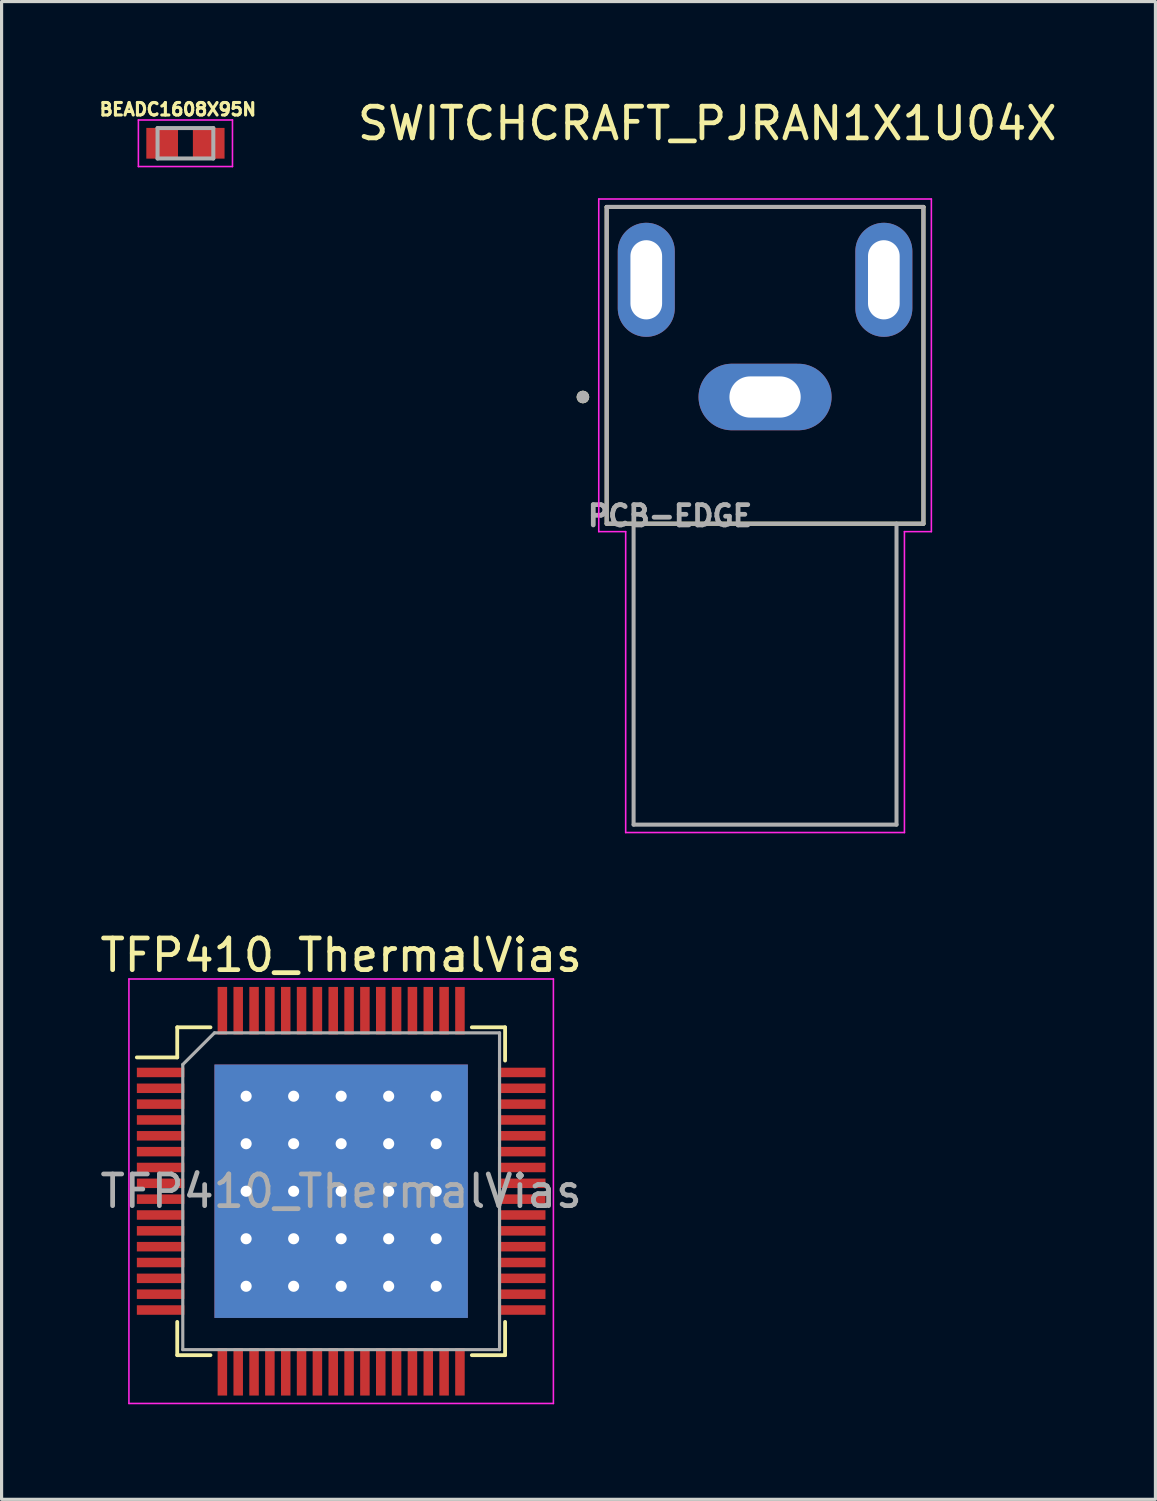
<source format=kicad_pcb>
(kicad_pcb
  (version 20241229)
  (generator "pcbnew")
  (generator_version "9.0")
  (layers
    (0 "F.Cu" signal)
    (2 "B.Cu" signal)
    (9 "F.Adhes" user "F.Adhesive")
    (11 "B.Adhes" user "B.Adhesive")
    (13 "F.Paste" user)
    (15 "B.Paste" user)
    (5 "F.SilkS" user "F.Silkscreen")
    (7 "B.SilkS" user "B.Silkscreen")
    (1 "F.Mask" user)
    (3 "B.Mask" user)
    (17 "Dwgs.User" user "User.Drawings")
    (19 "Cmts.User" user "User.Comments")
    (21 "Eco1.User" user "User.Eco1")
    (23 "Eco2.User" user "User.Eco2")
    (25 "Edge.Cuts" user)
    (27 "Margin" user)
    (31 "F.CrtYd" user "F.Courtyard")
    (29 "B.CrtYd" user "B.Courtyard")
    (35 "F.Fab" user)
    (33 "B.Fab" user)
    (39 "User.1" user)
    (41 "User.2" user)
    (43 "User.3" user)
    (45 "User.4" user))
  (footprint "SWITCHCRAFT_PJRAN1X1U04X"
    (layer "F.Cu")
    (at 21.102 9.483)
    (property "Reference" "SWITCHCRAFT_PJRAN1X1U04X" (at -1.825 -8.635 0) (layer "F.SilkS") (effects (font (size 1 1) (thickness 0.15))))
    (attr through_hole)
    (fp_line (start -5 -6) (end -5 4) (stroke (width 0.127) (type solid)) (layer "F.SilkS"))
    (fp_line (start -5 4) (end 5 4) (stroke (width 0.127) (type solid)) (layer "F.SilkS"))
    (fp_line (start 5 -6) (end -5 -6) (stroke (width 0.127) (type solid)) (layer "F.SilkS"))
    (fp_line (start 5 4) (end 5 -6) (stroke (width 0.127) (type solid)) (layer "F.SilkS"))
    (fp_circle (center -5.75 0) (end -5.65 0) (stroke (width 0.2) (type solid)) (fill no) (layer "F.SilkS"))
    (fp_line (start -5.25 -6.25) (end -5.25 4.25) (stroke (width 0.05) (type solid)) (layer "F.CrtYd"))
    (fp_line (start -5.25 4.25) (end -4.4 4.25) (stroke (width 0.05) (type solid)) (layer "F.CrtYd"))
    (fp_line (start -4.4 4.25) (end -4.4 13.75) (stroke (width 0.05) (type solid)) (layer "F.CrtYd"))
    (fp_line (start -4.4 13.75) (end 4.4 13.75) (stroke (width 0.05) (type solid)) (layer "F.CrtYd"))
    (fp_line (start 4.4 4.25) (end 5.25 4.25) (stroke (width 0.05) (type solid)) (layer "F.CrtYd"))
    (fp_line (start 4.4 13.75) (end 4.4 4.25) (stroke (width 0.05) (type solid)) (layer "F.CrtYd"))
    (fp_line (start 5.25 -6.25) (end -5.25 -6.25) (stroke (width 0.05) (type solid)) (layer "F.CrtYd"))
    (fp_line (start 5.25 4.25) (end 5.25 -6.25) (stroke (width 0.05) (type solid)) (layer "F.CrtYd"))
    (fp_line (start -5 -6) (end -5 4) (stroke (width 0.127) (type solid)) (layer "F.Fab"))
    (fp_line (start -5 4) (end -4.15 4) (stroke (width 0.127) (type solid)) (layer "F.Fab"))
    (fp_line (start -4.15 4) (end -4.15 13.5) (stroke (width 0.127) (type solid)) (layer "F.Fab"))
    (fp_line (start -4.15 4) (end 4.15 4) (stroke (width 0.127) (type solid)) (layer "F.Fab"))
    (fp_line (start -4.15 13.5) (end 4.15 13.5) (stroke (width 0.127) (type solid)) (layer "F.Fab"))
    (fp_line (start 4.15 4) (end 5 4) (stroke (width 0.127) (type solid)) (layer "F.Fab"))
    (fp_line (start 4.15 13.5) (end 4.15 4) (stroke (width 0.127) (type solid)) (layer "F.Fab"))
    (fp_line (start 5 -6) (end -5 -6) (stroke (width 0.127) (type solid)) (layer "F.Fab"))
    (fp_line (start 5 4) (end 5 -6) (stroke (width 0.127) (type solid)) (layer "F.Fab"))
    (fp_circle (center -5.75 0) (end -5.65 0) (stroke (width 0.2) (type solid)) (fill no) (layer "F.Fab"))
    (fp_text user "PCB-EDGE" (at -3 3.75 0) (layer "F.Fab") (effects (font (size 0.64 0.64) (thickness 0.15))))
    (pad "1" thru_hole oval (at 0 0) (size 4.2 2.1) (drill oval 2.25 1.3) (layers "*.Cu" "*.Mask"))
    (pad "2" thru_hole oval (at -3.75 -3.7) (size 1.8 3.6) (drill oval 1 2.5) (layers "*.Cu" "*.Mask"))
    (pad "3" thru_hole oval (at 3.75 -3.7) (size 1.8 3.6) (drill oval 1 2.5) (layers "*.Cu" "*.Mask")))
  (footprint "TFP410_ThermalVias"
    (layer "F.Cu")
    (at 7.72 34.556)
    (property "Reference" "TFP410_ThermalVias" (at 0 -7.45 0) (layer "F.SilkS") (effects (font (size 1 1) (thickness 0.15))))
    (attr smd)
    (fp_line (start -5.175 -5.175) (end -5.175 -4.225) (stroke (width 0.12) (type solid)) (layer "F.SilkS"))
    (fp_line (start -5.175 -5.175) (end -4.125 -5.175) (stroke (width 0.12) (type solid)) (layer "F.SilkS"))
    (fp_line (start -5.175 -4.225) (end -6.45 -4.225) (stroke (width 0.12) (type solid)) (layer "F.SilkS"))
    (fp_line (start -5.175 5.175) (end -5.175 4.125) (stroke (width 0.12) (type solid)) (layer "F.SilkS"))
    (fp_line (start -5.175 5.175) (end -4.125 5.175) (stroke (width 0.12) (type solid)) (layer "F.SilkS"))
    (fp_line (start 5.175 -5.175) (end 4.125 -5.175) (stroke (width 0.12) (type solid)) (layer "F.SilkS"))
    (fp_line (start 5.175 -5.175) (end 5.175 -4.125) (stroke (width 0.12) (type solid)) (layer "F.SilkS"))
    (fp_line (start 5.175 5.175) (end 4.125 5.175) (stroke (width 0.12) (type solid)) (layer "F.SilkS"))
    (fp_line (start 5.175 5.175) (end 5.175 4.125) (stroke (width 0.12) (type solid)) (layer "F.SilkS"))
    (fp_line (start -6.7 -6.7) (end -6.7 6.7) (stroke (width 0.05) (type solid)) (layer "F.CrtYd"))
    (fp_line (start -6.7 -6.7) (end 6.7 -6.7) (stroke (width 0.05) (type solid)) (layer "F.CrtYd"))
    (fp_line (start -6.7 6.7) (end 6.7 6.7) (stroke (width 0.05) (type solid)) (layer "F.CrtYd"))
    (fp_line (start 6.7 -6.7) (end 6.7 6.7) (stroke (width 0.05) (type solid)) (layer "F.CrtYd"))
    (fp_line (start -5 -4) (end -4 -5) (stroke (width 0.1) (type solid)) (layer "F.Fab"))
    (fp_line (start -5 5) (end -5 -4) (stroke (width 0.1) (type solid)) (layer "F.Fab"))
    (fp_line (start -4 -5) (end 5 -5) (stroke (width 0.1) (type solid)) (layer "F.Fab"))
    (fp_line (start 5 -5) (end 5 5) (stroke (width 0.1) (type solid)) (layer "F.Fab"))
    (fp_line (start 5 5) (end -5 5) (stroke (width 0.1) (type solid)) (layer "F.Fab"))
    (fp_text user "${REFERENCE}" (at 0 0 0) (layer "F.Fab") (effects (font (size 1 1) (thickness 0.15))))
    (pad "" smd rect (at -1.1 -1.1 180) (size 1.75 1.75) (layers "F.Paste"))
    (pad "" smd rect (at -1.1 1.1 180) (size 1.75 1.75) (layers "F.Paste"))
    (pad "" smd rect (at 0 0 180) (size 4.4 4.4) (layers "F.Mask"))
    (pad "" smd rect (at 1.1 -1.1 180) (size 1.75 1.75) (layers "F.Paste"))
    (pad "" smd rect (at 1.1 1.1 180) (size 1.75 1.75) (layers "F.Paste"))
    (pad "1" smd rect (at -5.7 -3.75) (size 1.5 0.3) (layers "F.Cu" "F.Mask" "F.Paste"))
    (pad "2" smd rect (at -5.7 -3.25) (size 1.5 0.3) (layers "F.Cu" "F.Mask" "F.Paste"))
    (pad "3" smd rect (at -5.7 -2.75) (size 1.5 0.3) (layers "F.Cu" "F.Mask" "F.Paste"))
    (pad "4" smd rect (at -5.7 -2.25) (size 1.5 0.3) (layers "F.Cu" "F.Mask" "F.Paste"))
    (pad "5" smd rect (at -5.7 -1.75) (size 1.5 0.3) (layers "F.Cu" "F.Mask" "F.Paste"))
    (pad "6" smd rect (at -5.7 -1.25) (size 1.5 0.3) (layers "F.Cu" "F.Mask" "F.Paste"))
    (pad "7" smd rect (at -5.7 -0.75) (size 1.5 0.3) (layers "F.Cu" "F.Mask" "F.Paste"))
    (pad "8" smd rect (at -5.7 -0.25) (size 1.5 0.3) (layers "F.Cu" "F.Mask" "F.Paste"))
    (pad "9" smd rect (at -5.7 0.25) (size 1.5 0.3) (layers "F.Cu" "F.Mask" "F.Paste"))
    (pad "10" smd rect (at -5.7 0.75) (size 1.5 0.3) (layers "F.Cu" "F.Mask" "F.Paste"))
    (pad "11" smd rect (at -5.7 1.25) (size 1.5 0.3) (layers "F.Cu" "F.Mask" "F.Paste"))
    (pad "12" smd rect (at -5.7 1.75) (size 1.5 0.3) (layers "F.Cu" "F.Mask" "F.Paste"))
    (pad "13" smd rect (at -5.7 2.25) (size 1.5 0.3) (layers "F.Cu" "F.Mask" "F.Paste"))
    (pad "14" smd rect (at -5.7 2.75) (size 1.5 0.3) (layers "F.Cu" "F.Mask" "F.Paste"))
    (pad "15" smd rect (at -5.7 3.25) (size 1.5 0.3) (layers "F.Cu" "F.Mask" "F.Paste"))
    (pad "16" smd rect (at -5.7 3.75) (size 1.5 0.3) (layers "F.Cu" "F.Mask" "F.Paste"))
    (pad "17" smd rect (at -3.75 5.7 90) (size 1.5 0.3) (layers "F.Cu" "F.Mask" "F.Paste"))
    (pad "18" smd rect (at -3.25 5.7 90) (size 1.5 0.3) (layers "F.Cu" "F.Mask" "F.Paste"))
    (pad "19" smd rect (at -2.75 5.7 90) (size 1.5 0.3) (layers "F.Cu" "F.Mask" "F.Paste"))
    (pad "20" smd rect (at -2.25 5.7 90) (size 1.5 0.3) (layers "F.Cu" "F.Mask" "F.Paste"))
    (pad "21" smd rect (at -1.75 5.7 90) (size 1.5 0.3) (layers "F.Cu" "F.Mask" "F.Paste"))
    (pad "22" smd rect (at -1.25 5.7 90) (size 1.5 0.3) (layers "F.Cu" "F.Mask" "F.Paste"))
    (pad "23" smd rect (at -0.75 5.7 90) (size 1.5 0.3) (layers "F.Cu" "F.Mask" "F.Paste"))
    (pad "24" smd rect (at -0.25 5.7 90) (size 1.5 0.3) (layers "F.Cu" "F.Mask" "F.Paste"))
    (pad "25" smd rect (at 0.25 5.7 90) (size 1.5 0.3) (layers "F.Cu" "F.Mask" "F.Paste"))
    (pad "26" smd rect (at 0.75 5.7 90) (size 1.5 0.3) (layers "F.Cu" "F.Mask" "F.Paste"))
    (pad "27" smd rect (at 1.25 5.7 90) (size 1.5 0.3) (layers "F.Cu" "F.Mask" "F.Paste"))
    (pad "28" smd rect (at 1.75 5.7 90) (size 1.5 0.3) (layers "F.Cu" "F.Mask" "F.Paste"))
    (pad "29" smd rect (at 2.25 5.7 90) (size 1.5 0.3) (layers "F.Cu" "F.Mask" "F.Paste"))
    (pad "30" smd rect (at 2.75 5.7 90) (size 1.5 0.3) (layers "F.Cu" "F.Mask" "F.Paste"))
    (pad "31" smd rect (at 3.25 5.7 90) (size 1.5 0.3) (layers "F.Cu" "F.Mask" "F.Paste"))
    (pad "32" smd rect (at 3.75 5.7 90) (size 1.5 0.3) (layers "F.Cu" "F.Mask" "F.Paste"))
    (pad "33" smd rect (at 5.7 3.75) (size 1.5 0.3) (layers "F.Cu" "F.Mask" "F.Paste"))
    (pad "34" smd rect (at 5.7 3.25) (size 1.5 0.3) (layers "F.Cu" "F.Mask" "F.Paste"))
    (pad "35" smd rect (at 5.7 2.75) (size 1.5 0.3) (layers "F.Cu" "F.Mask" "F.Paste"))
    (pad "36" smd rect (at 5.7 2.25) (size 1.5 0.3) (layers "F.Cu" "F.Mask" "F.Paste"))
    (pad "37" smd rect (at 5.7 1.75) (size 1.5 0.3) (layers "F.Cu" "F.Mask" "F.Paste"))
    (pad "38" smd rect (at 5.7 1.25) (size 1.5 0.3) (layers "F.Cu" "F.Mask" "F.Paste"))
    (pad "39" smd rect (at 5.7 0.75) (size 1.5 0.3) (layers "F.Cu" "F.Mask" "F.Paste"))
    (pad "40" smd rect (at 5.7 0.25) (size 1.5 0.3) (layers "F.Cu" "F.Mask" "F.Paste"))
    (pad "41" smd rect (at 5.7 -0.25) (size 1.5 0.3) (layers "F.Cu" "F.Mask" "F.Paste"))
    (pad "42" smd rect (at 5.7 -0.75) (size 1.5 0.3) (layers "F.Cu" "F.Mask" "F.Paste"))
    (pad "43" smd rect (at 5.7 -1.25) (size 1.5 0.3) (layers "F.Cu" "F.Mask" "F.Paste"))
    (pad "44" smd rect (at 5.7 -1.75) (size 1.5 0.3) (layers "F.Cu" "F.Mask" "F.Paste"))
    (pad "45" smd rect (at 5.7 -2.25) (size 1.5 0.3) (layers "F.Cu" "F.Mask" "F.Paste"))
    (pad "46" smd rect (at 5.7 -2.75) (size 1.5 0.3) (layers "F.Cu" "F.Mask" "F.Paste"))
    (pad "47" smd rect (at 5.7 -3.25) (size 1.5 0.3) (layers "F.Cu" "F.Mask" "F.Paste"))
    (pad "48" smd rect (at 5.7 -3.75) (size 1.5 0.3) (layers "F.Cu" "F.Mask" "F.Paste"))
    (pad "49" smd rect (at 3.75 -5.7 90) (size 1.5 0.3) (layers "F.Cu" "F.Mask" "F.Paste"))
    (pad "50" smd rect (at 3.25 -5.7 90) (size 1.5 0.3) (layers "F.Cu" "F.Mask" "F.Paste"))
    (pad "51" smd rect (at 2.75 -5.7 90) (size 1.5 0.3) (layers "F.Cu" "F.Mask" "F.Paste"))
    (pad "52" smd rect (at 2.25 -5.7 90) (size 1.5 0.3) (layers "F.Cu" "F.Mask" "F.Paste"))
    (pad "53" smd rect (at 1.75 -5.7 90) (size 1.5 0.3) (layers "F.Cu" "F.Mask" "F.Paste"))
    (pad "54" smd rect (at 1.25 -5.7 90) (size 1.5 0.3) (layers "F.Cu" "F.Mask" "F.Paste"))
    (pad "55" smd rect (at 0.75 -5.7 90) (size 1.5 0.3) (layers "F.Cu" "F.Mask" "F.Paste"))
    (pad "56" smd rect (at 0.25 -5.7 90) (size 1.5 0.3) (layers "F.Cu" "F.Mask" "F.Paste"))
    (pad "57" smd rect (at -0.25 -5.7 90) (size 1.5 0.3) (layers "F.Cu" "F.Mask" "F.Paste"))
    (pad "58" smd rect (at -0.75 -5.7 90) (size 1.5 0.3) (layers "F.Cu" "F.Mask" "F.Paste"))
    (pad "59" smd rect (at -1.25 -5.7 90) (size 1.5 0.3) (layers "F.Cu" "F.Mask" "F.Paste"))
    (pad "60" smd rect (at -1.75 -5.7 90) (size 1.5 0.3) (layers "F.Cu" "F.Mask" "F.Paste"))
    (pad "61" smd rect (at -2.25 -5.7 90) (size 1.5 0.3) (layers "F.Cu" "F.Mask" "F.Paste"))
    (pad "62" smd rect (at -2.75 -5.7 90) (size 1.5 0.3) (layers "F.Cu" "F.Mask" "F.Paste"))
    (pad "63" smd rect (at -3.25 -5.7 90) (size 1.5 0.3) (layers "F.Cu" "F.Mask" "F.Paste"))
    (pad "64" smd rect (at -3.75 -5.7 90) (size 1.5 0.3) (layers "F.Cu" "F.Mask" "F.Paste"))
    (pad "65" thru_hole circle (at -3 -3 90) (size 0.7 0.7) (drill 0.35) (layers "*.Cu"))
    (pad "65" thru_hole circle (at -3 -1.5 90) (size 0.7 0.7) (drill 0.35) (layers "*.Cu"))
    (pad "65" thru_hole circle (at -3 0 90) (size 0.7 0.7) (drill 0.35) (layers "*.Cu"))
    (pad "65" thru_hole circle (at -3 1.5 90) (size 0.7 0.7) (drill 0.35) (layers "*.Cu"))
    (pad "65" thru_hole circle (at -3 3 90) (size 0.7 0.7) (drill 0.35) (layers "*.Cu"))
    (pad "65" thru_hole circle (at -1.5 -3 90) (size 0.7 0.7) (drill 0.35) (layers "*.Cu"))
    (pad "65" thru_hole circle (at -1.5 -1.5 90) (size 0.7 0.7) (drill 0.35) (layers "*.Cu"))
    (pad "65" thru_hole circle (at -1.5 0 90) (size 0.7 0.7) (drill 0.35) (layers "*.Cu"))
    (pad "65" thru_hole circle (at -1.5 1.5 90) (size 0.7 0.7) (drill 0.35) (layers "*.Cu"))
    (pad "65" thru_hole circle (at -1.5 3 90) (size 0.7 0.7) (drill 0.35) (layers "*.Cu"))
    (pad "65" thru_hole circle (at 0 -3 90) (size 0.7 0.7) (drill 0.35) (layers "*.Cu"))
    (pad "65" thru_hole circle (at 0 -1.5 90) (size 0.7 0.7) (drill 0.35) (layers "*.Cu"))
    (pad "65" thru_hole circle (at 0 0 90) (size 0.7 0.7) (drill 0.35) (layers "*.Cu"))
    (pad "65" smd rect (at 0 0 180) (size 8 8) (layers "F.Cu"))
    (pad "65" smd rect (at 0 0 180) (size 8 8) (layers "B.Cu"))
    (pad "65" thru_hole circle (at 0 1.5 90) (size 0.7 0.7) (drill 0.35) (layers "*.Cu"))
    (pad "65" thru_hole circle (at 0 3 90) (size 0.7 0.7) (drill 0.35) (layers "*.Cu"))
    (pad "65" thru_hole circle (at 1.5 -3 90) (size 0.7 0.7) (drill 0.35) (layers "*.Cu"))
    (pad "65" thru_hole circle (at 1.5 -1.5 90) (size 0.7 0.7) (drill 0.35) (layers "*.Cu"))
    (pad "65" thru_hole circle (at 1.5 0 90) (size 0.7 0.7) (drill 0.35) (layers "*.Cu"))
    (pad "65" thru_hole circle (at 1.5 1.5 90) (size 0.7 0.7) (drill 0.35) (layers "*.Cu"))
    (pad "65" thru_hole circle (at 1.5 3 90) (size 0.7 0.7) (drill 0.35) (layers "*.Cu"))
    (pad "65" thru_hole circle (at 3 -3 90) (size 0.7 0.7) (drill 0.35) (layers "*.Cu"))
    (pad "65" thru_hole circle (at 3 -1.5 90) (size 0.7 0.7) (drill 0.35) (layers "*.Cu"))
    (pad "65" thru_hole circle (at 3 0 90) (size 0.7 0.7) (drill 0.35) (layers "*.Cu"))
    (pad "65" thru_hole circle (at 3 1.5 90) (size 0.7 0.7) (drill 0.35) (layers "*.Cu"))
    (pad "65" thru_hole circle (at 3 3 90) (size 0.7 0.7) (drill 0.35) (layers "*.Cu")))
  (footprint "BEADC1608X95N"
    (layer "F.Cu")
    (at 2.804 1.473)
    (property "Reference" "BEADC1608X95N" (at -0.24 -1.07 0) (layer "F.SilkS") (effects (font (size 0.394 0.394) (thickness 0.15))))
    (attr through_hole)
    (fp_line (start -1.485 -0.735) (end 1.485 -0.735) (stroke (width 0.05) (type solid)) (layer "F.CrtYd"))
    (fp_line (start -1.485 0.735) (end -1.485 -0.735) (stroke (width 0.05) (type solid)) (layer "F.CrtYd"))
    (fp_line (start -1.485 0.735) (end 1.485 0.735) (stroke (width 0.05) (type solid)) (layer "F.CrtYd"))
    (fp_line (start 1.485 0.735) (end 1.485 -0.735) (stroke (width 0.05) (type solid)) (layer "F.CrtYd"))
    (fp_line (start -0.88 0.48) (end -0.88 -0.48) (stroke (width 0.127) (type solid)) (layer "F.Fab"))
    (fp_line (start 0.88 -0.48) (end -0.88 -0.48) (stroke (width 0.127) (type solid)) (layer "F.Fab"))
    (fp_line (start 0.88 0.48) (end -0.88 0.48) (stroke (width 0.127) (type solid)) (layer "F.Fab"))
    (fp_line (start 0.88 0.48) (end 0.88 -0.48) (stroke (width 0.127) (type solid)) (layer "F.Fab"))
    (pad "1" smd rect (at -0.735 0) (size 1 0.97) (layers "F.Cu" "F.Mask" "F.Paste"))
    (pad "2" smd rect (at 0.735 0) (size 1 0.97) (layers "F.Cu" "F.Mask" "F.Paste")))
  (gr_rect
    (start -3 -3)
    (end 33.426 44.282)
    (stroke (width 0.1) (type default))
    (fill no)
    (layer "Edge.Cuts")))
</source>
